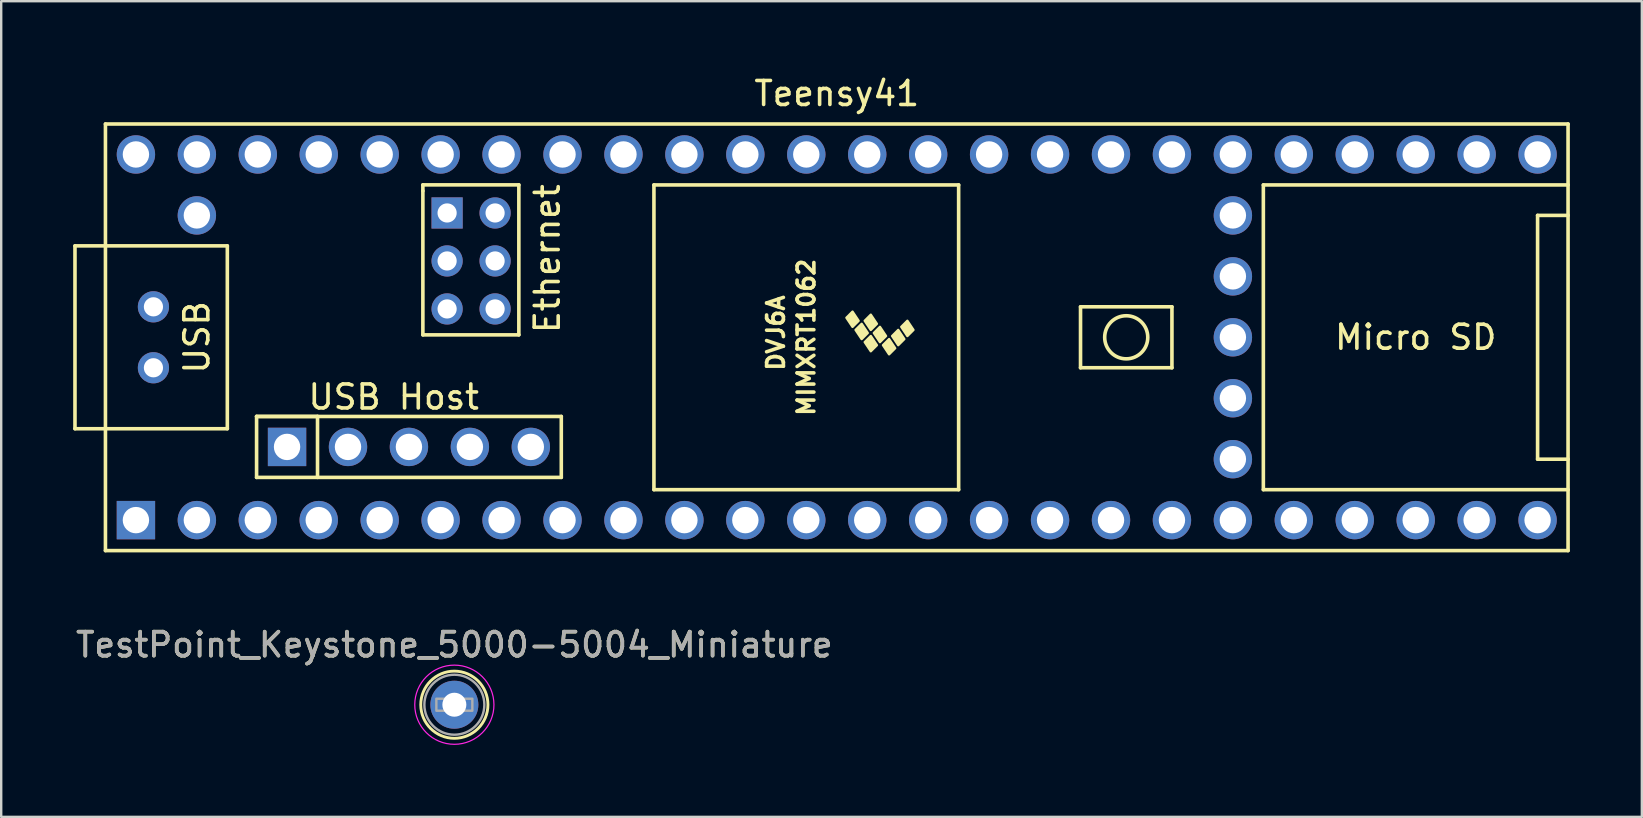
<source format=kicad_pcb>
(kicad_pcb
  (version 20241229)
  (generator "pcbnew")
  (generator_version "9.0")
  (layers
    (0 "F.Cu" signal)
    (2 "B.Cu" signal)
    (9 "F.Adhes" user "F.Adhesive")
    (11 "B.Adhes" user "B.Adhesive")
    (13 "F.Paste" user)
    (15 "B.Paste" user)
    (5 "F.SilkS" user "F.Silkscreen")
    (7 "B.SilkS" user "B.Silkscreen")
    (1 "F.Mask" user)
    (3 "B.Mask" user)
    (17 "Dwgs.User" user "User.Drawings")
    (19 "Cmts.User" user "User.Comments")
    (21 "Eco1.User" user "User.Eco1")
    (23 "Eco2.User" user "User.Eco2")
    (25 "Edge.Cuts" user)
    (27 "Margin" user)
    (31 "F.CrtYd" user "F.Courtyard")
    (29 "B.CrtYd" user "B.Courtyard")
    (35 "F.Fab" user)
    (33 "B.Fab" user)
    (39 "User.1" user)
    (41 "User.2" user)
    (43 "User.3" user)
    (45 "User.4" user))
  (footprint "TestPoint_Keystone_5000-5004_Miniature"
    (layer "F.Cu")
    (at 15.887 26.322)
    (property "Reference" "TestPoint_Keystone_5000-5004_Miniature" (at 0 -2.5 0) (layer "F.SilkS") (effects (font (size 1 1) (thickness 0.15))))
    (attr through_hole)
    (fp_circle (center 0 0) (end 1.4 0) (stroke (width 0.12) (type solid)) (fill no) (layer "F.SilkS"))
    (fp_circle (center 0 0) (end 1.65 0) (stroke (width 0.05) (type solid)) (fill no) (layer "F.CrtYd"))
    (fp_rect (start -0.75 -0.25) (end 0.75 0.25) (stroke (width 0.1) (type default)) (fill no) (layer "F.Fab"))
    (fp_circle (center 0 0) (end 1.25 0) (stroke (width 0.1) (type solid)) (fill no) (layer "F.Fab"))
    (fp_text user "${REFERENCE}" (at 0 -2.5 0) (layer "F.Fab") (effects (font (size 1 1) (thickness 0.15))))
    (pad "1" thru_hole circle (at 0 0) (size 2 2) (drill 1) (layers "*.Cu" "*.Mask")))
  (footprint "Teensy41"
    (layer "F.Cu")
    (at 31.825 11.008)
    (property "Reference" "Teensy41" (at 0 -10.16 0) (layer "F.SilkS") (effects (font (size 1 1) (thickness 0.15))))
    (attr through_hole)
    (fp_line (start -31.75 -3.81) (end -30.48 -3.81) (stroke (width 0.15) (type solid)) (layer "F.SilkS"))
    (fp_line (start -31.75 3.81) (end -31.75 -3.81) (stroke (width 0.15) (type solid)) (layer "F.SilkS"))
    (fp_line (start -30.48 -8.89) (end 30.48 -8.89) (stroke (width 0.15) (type solid)) (layer "F.SilkS"))
    (fp_line (start -30.48 3.81) (end -31.75 3.81) (stroke (width 0.15) (type solid)) (layer "F.SilkS"))
    (fp_line (start -30.48 8.89) (end -30.48 -8.89) (stroke (width 0.15) (type solid)) (layer "F.SilkS"))
    (fp_line (start -25.4 -3.81) (end -30.48 -3.81) (stroke (width 0.15) (type solid)) (layer "F.SilkS"))
    (fp_line (start -25.4 3.81) (end -30.48 3.81) (stroke (width 0.15) (type solid)) (layer "F.SilkS"))
    (fp_line (start -25.4 3.81) (end -25.4 -3.81) (stroke (width 0.15) (type solid)) (layer "F.SilkS"))
    (fp_line (start -24.181 3.299) (end -21.641 3.299) (stroke (width 0.15) (type solid)) (layer "F.SilkS"))
    (fp_line (start -24.181 3.299) (end -11.481 3.299) (stroke (width 0.15) (type solid)) (layer "F.SilkS"))
    (fp_line (start -24.181 5.839) (end -24.181 3.299) (stroke (width 0.15) (type solid)) (layer "F.SilkS"))
    (fp_line (start -21.641 3.299) (end -21.641 5.839) (stroke (width 0.15) (type solid)) (layer "F.SilkS"))
    (fp_line (start -17.25 -6.352) (end -17.25 -6.102) (stroke (width 0.15) (type solid)) (layer "F.SilkS"))
    (fp_line (start -17.25 -6.102) (end -17.25 -0.102) (stroke (width 0.15) (type solid)) (layer "F.SilkS"))
    (fp_line (start -17.25 -0.102) (end -13.25 -0.102) (stroke (width 0.15) (type solid)) (layer "F.SilkS"))
    (fp_line (start -13.25 -6.352) (end -17.25 -6.352) (stroke (width 0.15) (type solid)) (layer "F.SilkS"))
    (fp_line (start -13.25 -0.102) (end -13.25 -6.352) (stroke (width 0.15) (type solid)) (layer "F.SilkS"))
    (fp_line (start -11.481 3.299) (end -11.481 5.839) (stroke (width 0.15) (type solid)) (layer "F.SilkS"))
    (fp_line (start -11.481 5.839) (end -24.181 5.839) (stroke (width 0.15) (type solid)) (layer "F.SilkS"))
    (fp_line (start -7.62 -6.35) (end -7.62 6.35) (stroke (width 0.15) (type solid)) (layer "F.SilkS"))
    (fp_line (start -7.62 6.35) (end 5.08 6.35) (stroke (width 0.15) (type solid)) (layer "F.SilkS"))
    (fp_line (start 5.08 -6.35) (end -7.62 -6.35) (stroke (width 0.15) (type solid)) (layer "F.SilkS"))
    (fp_line (start 5.08 6.35) (end 5.08 -6.35) (stroke (width 0.15) (type solid)) (layer "F.SilkS"))
    (fp_line (start 10.16 -1.27) (end 13.97 -1.27) (stroke (width 0.15) (type solid)) (layer "F.SilkS"))
    (fp_line (start 10.16 1.27) (end 10.16 -1.27) (stroke (width 0.15) (type solid)) (layer "F.SilkS"))
    (fp_line (start 13.97 -1.27) (end 13.97 1.27) (stroke (width 0.15) (type solid)) (layer "F.SilkS"))
    (fp_line (start 13.97 1.27) (end 10.16 1.27) (stroke (width 0.15) (type solid)) (layer "F.SilkS"))
    (fp_line (start 17.78 -6.35) (end 17.78 6.35) (stroke (width 0.15) (type solid)) (layer "F.SilkS"))
    (fp_line (start 17.78 6.35) (end 30.48 6.35) (stroke (width 0.15) (type solid)) (layer "F.SilkS"))
    (fp_line (start 29.21 -5.08) (end 29.21 5.08) (stroke (width 0.15) (type solid)) (layer "F.SilkS"))
    (fp_line (start 29.21 5.08) (end 30.48 5.08) (stroke (width 0.15) (type solid)) (layer "F.SilkS"))
    (fp_line (start 30.48 -8.89) (end 30.48 8.89) (stroke (width 0.15) (type solid)) (layer "F.SilkS"))
    (fp_line (start 30.48 -6.35) (end 17.78 -6.35) (stroke (width 0.15) (type solid)) (layer "F.SilkS"))
    (fp_line (start 30.48 -5.08) (end 29.21 -5.08) (stroke (width 0.15) (type solid)) (layer "F.SilkS"))
    (fp_line (start 30.48 8.89) (end -30.48 8.89) (stroke (width 0.15) (type solid)) (layer "F.SilkS"))
    (fp_circle (center 12.065 0) (end 12.7 -0.635) (stroke (width 0.15) (type solid)) (fill no) (layer "F.SilkS"))
    (fp_poly (pts (xy 0.911 -0.688) (xy 0.657 -0.434) (xy 0.403 -0.815) (xy 0.657 -1.069)) (stroke (width 0.1) (type solid)) (fill yes) (layer "F.SilkS"))
    (fp_poly (pts (xy 1.292 -0.18) (xy 1.038 0.074) (xy 0.784 -0.307) (xy 1.038 -0.561)) (stroke (width 0.1) (type solid)) (fill yes) (layer "F.SilkS"))
    (fp_poly (pts (xy 1.673 -0.561) (xy 1.419 -0.307) (xy 1.165 -0.688) (xy 1.419 -0.942)) (stroke (width 0.1) (type solid)) (fill yes) (layer "F.SilkS"))
    (fp_poly (pts (xy 1.673 0.328) (xy 1.419 0.582) (xy 1.165 0.201) (xy 1.419 -0.053)) (stroke (width 0.1) (type solid)) (fill yes) (layer "F.SilkS"))
    (fp_poly (pts (xy 2.054 -0.053) (xy 1.8 0.201) (xy 1.546 -0.18) (xy 1.8 -0.434)) (stroke (width 0.1) (type solid)) (fill yes) (layer "F.SilkS"))
    (fp_poly (pts (xy 2.435 0.455) (xy 2.181 0.709) (xy 1.927 0.328) (xy 2.181 0.074)) (stroke (width 0.1) (type solid)) (fill yes) (layer "F.SilkS"))
    (fp_poly (pts (xy 2.816 0.074) (xy 2.562 0.328) (xy 2.308 -0.053) (xy 2.562 -0.307)) (stroke (width 0.1) (type solid)) (fill yes) (layer "F.SilkS"))
    (fp_poly (pts (xy 3.197 -0.307) (xy 2.943 -0.053) (xy 2.689 -0.434) (xy 2.943 -0.688)) (stroke (width 0.1) (type solid)) (fill yes) (layer "F.SilkS"))
    (fp_text user "USB" (at -26.67 0 270) (layer "F.SilkS") (effects (font (size 1 1) (thickness 0.15))))
    (fp_text user "USB Host" (at -18.466 2.489 0) (layer "F.SilkS") (effects (font (size 1 1) (thickness 0.15))))
    (fp_text user "Ethernet" (at -12.065 -3.277 90) (layer "F.SilkS") (effects (font (size 1 1) (thickness 0.15))))
    (fp_text user "Micro SD" (at 24.13 0 0) (layer "F.SilkS") (effects (font (size 1 1) (thickness 0.15))))
    (fp_text user "MIMXRT1062" (at -1.27 0 270) (layer "F.SilkS") (effects (font (size 0.7 0.7) (thickness 0.15))))
    (fp_text user "DVJ6A" (at -2.54 -0.18 270) (layer "F.SilkS") (effects (font (size 0.7 0.7) (thickness 0.15))))
    (pad "1" thru_hole rect (at -29.21 7.62) (size 1.6 1.6) (drill 1.1) (layers "*.Cu" "*.Mask"))
    (pad "2" thru_hole circle (at -26.67 7.62) (size 1.6 1.6) (drill 1.1) (layers "*.Cu" "*.Mask"))
    (pad "3" thru_hole circle (at -24.13 7.62) (size 1.6 1.6) (drill 1.1) (layers "*.Cu" "*.Mask"))
    (pad "4" thru_hole circle (at -21.59 7.62) (size 1.6 1.6) (drill 1.1) (layers "*.Cu" "*.Mask"))
    (pad "5" thru_hole circle (at -19.05 7.62) (size 1.6 1.6) (drill 1.1) (layers "*.Cu" "*.Mask"))
    (pad "6" thru_hole circle (at -16.51 7.62) (size 1.6 1.6) (drill 1.1) (layers "*.Cu" "*.Mask"))
    (pad "7" thru_hole circle (at -13.97 7.62) (size 1.6 1.6) (drill 1.1) (layers "*.Cu" "*.Mask"))
    (pad "8" thru_hole circle (at -11.43 7.62) (size 1.6 1.6) (drill 1.1) (layers "*.Cu" "*.Mask"))
    (pad "9" thru_hole circle (at -8.89 7.62) (size 1.6 1.6) (drill 1.1) (layers "*.Cu" "*.Mask"))
    (pad "10" thru_hole circle (at -6.35 7.62) (size 1.6 1.6) (drill 1.1) (layers "*.Cu" "*.Mask"))
    (pad "11" thru_hole circle (at -3.81 7.62) (size 1.6 1.6) (drill 1.1) (layers "*.Cu" "*.Mask"))
    (pad "12" thru_hole circle (at -1.27 7.62) (size 1.6 1.6) (drill 1.1) (layers "*.Cu" "*.Mask"))
    (pad "13" thru_hole circle (at 1.27 7.62) (size 1.6 1.6) (drill 1.1) (layers "*.Cu" "*.Mask"))
    (pad "14" thru_hole circle (at 3.81 7.62) (size 1.6 1.6) (drill 1.1) (layers "*.Cu" "*.Mask"))
    (pad "15" thru_hole circle (at 6.35 7.62) (size 1.6 1.6) (drill 1.1) (layers "*.Cu" "*.Mask"))
    (pad "16" thru_hole circle (at 8.89 7.62) (size 1.6 1.6) (drill 1.1) (layers "*.Cu" "*.Mask"))
    (pad "17" thru_hole circle (at 11.43 7.62) (size 1.6 1.6) (drill 1.1) (layers "*.Cu" "*.Mask"))
    (pad "18" thru_hole circle (at 13.97 7.62) (size 1.6 1.6) (drill 1.1) (layers "*.Cu" "*.Mask"))
    (pad "19" thru_hole circle (at 16.51 7.62) (size 1.6 1.6) (drill 1.1) (layers "*.Cu" "*.Mask"))
    (pad "20" thru_hole circle (at 19.05 7.62) (size 1.6 1.6) (drill 1.1) (layers "*.Cu" "*.Mask"))
    (pad "21" thru_hole circle (at 21.59 7.62) (size 1.6 1.6) (drill 1.1) (layers "*.Cu" "*.Mask"))
    (pad "22" thru_hole circle (at 24.13 7.62) (size 1.6 1.6) (drill 1.1) (layers "*.Cu" "*.Mask"))
    (pad "23" thru_hole circle (at 26.67 7.62) (size 1.6 1.6) (drill 1.1) (layers "*.Cu" "*.Mask"))
    (pad "24" thru_hole circle (at 29.21 7.62) (size 1.6 1.6) (drill 1.1) (layers "*.Cu" "*.Mask"))
    (pad "25" thru_hole circle (at 29.21 -7.62) (size 1.6 1.6) (drill 1.1) (layers "*.Cu" "*.Mask"))
    (pad "26" thru_hole circle (at 26.67 -7.62) (size 1.6 1.6) (drill 1.1) (layers "*.Cu" "*.Mask"))
    (pad "27" thru_hole circle (at 24.13 -7.62) (size 1.6 1.6) (drill 1.1) (layers "*.Cu" "*.Mask"))
    (pad "28" thru_hole circle (at 21.59 -7.62) (size 1.6 1.6) (drill 1.1) (layers "*.Cu" "*.Mask"))
    (pad "29" thru_hole circle (at 19.05 -7.62) (size 1.6 1.6) (drill 1.1) (layers "*.Cu" "*.Mask"))
    (pad "30" thru_hole circle (at 16.51 -7.62) (size 1.6 1.6) (drill 1.1) (layers "*.Cu" "*.Mask"))
    (pad "31" thru_hole circle (at 13.97 -7.62) (size 1.6 1.6) (drill 1.1) (layers "*.Cu" "*.Mask"))
    (pad "32" thru_hole circle (at 11.43 -7.62) (size 1.6 1.6) (drill 1.1) (layers "*.Cu" "*.Mask"))
    (pad "33" thru_hole circle (at 8.89 -7.62) (size 1.6 1.6) (drill 1.1) (layers "*.Cu" "*.Mask"))
    (pad "34" thru_hole circle (at 6.35 -7.62) (size 1.6 1.6) (drill 1.1) (layers "*.Cu" "*.Mask"))
    (pad "35" thru_hole circle (at 3.81 -7.62) (size 1.6 1.6) (drill 1.1) (layers "*.Cu" "*.Mask"))
    (pad "36" thru_hole circle (at 1.27 -7.62) (size 1.6 1.6) (drill 1.1) (layers "*.Cu" "*.Mask"))
    (pad "37" thru_hole circle (at -1.27 -7.62) (size 1.6 1.6) (drill 1.1) (layers "*.Cu" "*.Mask"))
    (pad "38" thru_hole circle (at -3.81 -7.62) (size 1.6 1.6) (drill 1.1) (layers "*.Cu" "*.Mask"))
    (pad "39" thru_hole circle (at -6.35 -7.62) (size 1.6 1.6) (drill 1.1) (layers "*.Cu" "*.Mask"))
    (pad "40" thru_hole circle (at -8.89 -7.62) (size 1.6 1.6) (drill 1.1) (layers "*.Cu" "*.Mask"))
    (pad "41" thru_hole circle (at -11.43 -7.62) (size 1.6 1.6) (drill 1.1) (layers "*.Cu" "*.Mask"))
    (pad "42" thru_hole circle (at -13.97 -7.62) (size 1.6 1.6) (drill 1.1) (layers "*.Cu" "*.Mask"))
    (pad "43" thru_hole circle (at -16.51 -7.62) (size 1.6 1.6) (drill 1.1) (layers "*.Cu" "*.Mask"))
    (pad "44" thru_hole circle (at -19.05 -7.62) (size 1.6 1.6) (drill 1.1) (layers "*.Cu" "*.Mask"))
    (pad "45" thru_hole circle (at -21.59 -7.62) (size 1.6 1.6) (drill 1.1) (layers "*.Cu" "*.Mask"))
    (pad "46" thru_hole circle (at -24.13 -7.62) (size 1.6 1.6) (drill 1.1) (layers "*.Cu" "*.Mask"))
    (pad "47" thru_hole circle (at -26.67 -7.62) (size 1.6 1.6) (drill 1.1) (layers "*.Cu" "*.Mask"))
    (pad "48" thru_hole circle (at -29.21 -7.62) (size 1.6 1.6) (drill 1.1) (layers "*.Cu" "*.Mask"))
    (pad "49" thru_hole circle (at -26.67 -5.08) (size 1.6 1.6) (drill 1.1) (layers "*.Cu" "*.Mask"))
    (pad "50" thru_hole circle (at 16.51 5.08) (size 1.6 1.6) (drill 1.1) (layers "*.Cu" "*.Mask"))
    (pad "51" thru_hole circle (at 16.51 2.54) (size 1.6 1.6) (drill 1.1) (layers "*.Cu" "*.Mask"))
    (pad "52" thru_hole circle (at 16.51 0) (size 1.6 1.6) (drill 1.1) (layers "*.Cu" "*.Mask"))
    (pad "53" thru_hole circle (at 16.51 -2.54) (size 1.6 1.6) (drill 1.1) (layers "*.Cu" "*.Mask"))
    (pad "54" thru_hole circle (at 16.51 -5.08) (size 1.6 1.6) (drill 1.1) (layers "*.Cu" "*.Mask"))
    (pad "55" thru_hole rect (at -22.911 4.569) (size 1.6 1.6) (drill 1.1) (layers "*.Cu" "*.Mask"))
    (pad "56" thru_hole circle (at -20.371 4.569) (size 1.6 1.6) (drill 1.1) (layers "*.Cu" "*.Mask"))
    (pad "57" thru_hole circle (at -17.831 4.569) (size 1.6 1.6) (drill 1.1) (layers "*.Cu" "*.Mask"))
    (pad "58" thru_hole circle (at -15.291 4.569) (size 1.6 1.6) (drill 1.1) (layers "*.Cu" "*.Mask"))
    (pad "59" thru_hole circle (at -12.751 4.569) (size 1.6 1.6) (drill 1.1) (layers "*.Cu" "*.Mask"))
    (pad "60" thru_hole rect (at -16.24 -5.182) (size 1.3 1.3) (drill 0.8) (layers "*.Cu" "*.Mask"))
    (pad "61" thru_hole circle (at -16.24 -3.182) (size 1.3 1.3) (drill 0.8) (layers "*.Cu" "*.Mask"))
    (pad "62" thru_hole circle (at -16.24 -1.182) (size 1.3 1.3) (drill 0.8) (layers "*.Cu" "*.Mask"))
    (pad "63" thru_hole circle (at -14.24 -1.182) (size 1.3 1.3) (drill 0.8) (layers "*.Cu" "*.Mask"))
    (pad "64" thru_hole circle (at -14.24 -3.182) (size 1.3 1.3) (drill 0.8) (layers "*.Cu" "*.Mask"))
    (pad "65" thru_hole circle (at -14.24 -5.182) (size 1.3 1.3) (drill 0.8) (layers "*.Cu" "*.Mask"))
    (pad "66" thru_hole circle (at -28.48 -1.27) (size 1.3 1.3) (drill 0.8) (layers "*.Cu" "*.Mask"))
    (pad "67" thru_hole circle (at -28.48 1.27) (size 1.3 1.3) (drill 0.8) (layers "*.Cu" "*.Mask")))
  (gr_rect
    (start -3 -3)
    (end 65.38 30.997)
    (stroke (width 0.1) (type default))
    (fill no)
    (layer "Edge.Cuts")))
</source>
